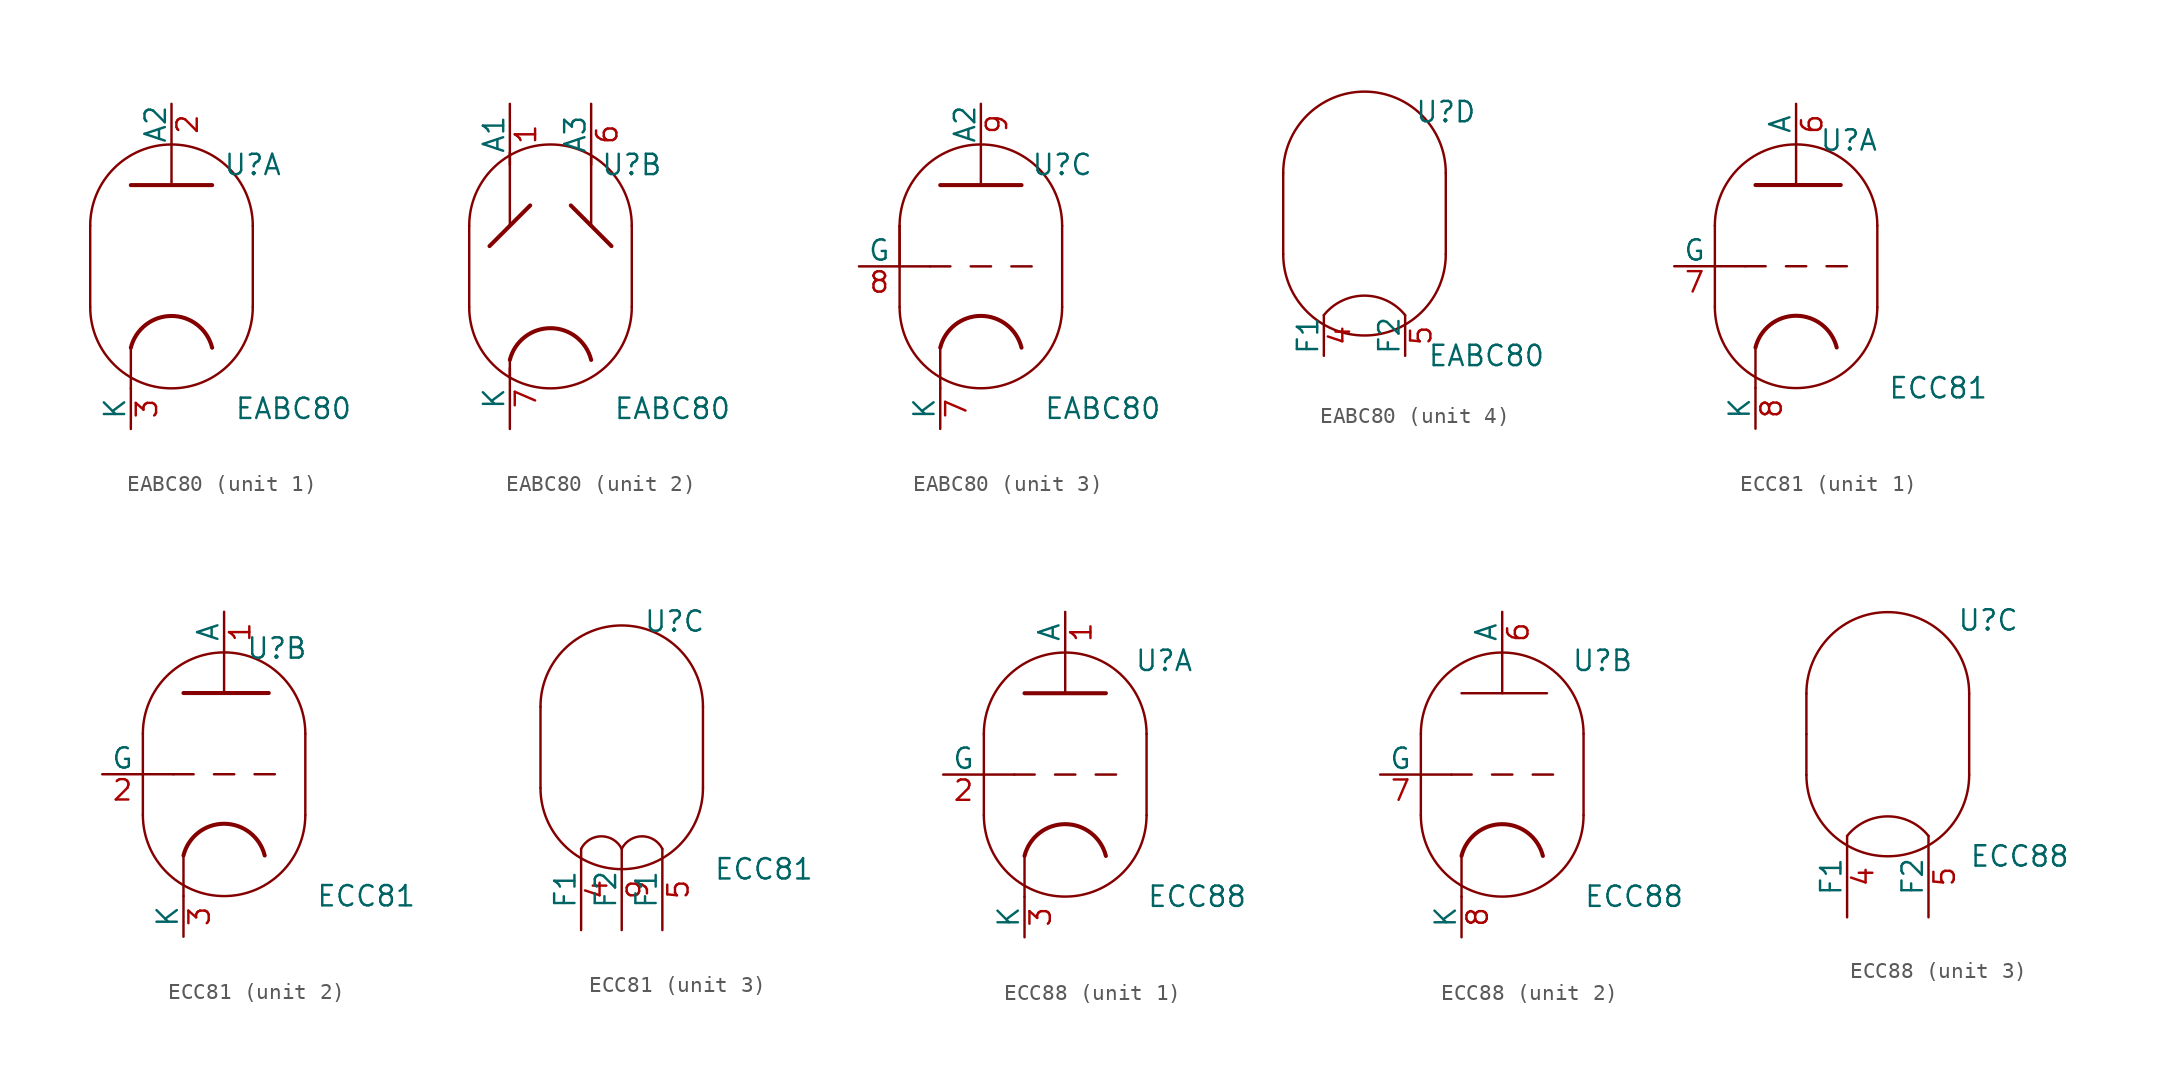
<source format=kicad_sym>
(kicad_symbol_lib
  (version 20211014)
  (generator kicad_symbol_editor)
  (symbol "EABC80"
    (pin_names
      (offset 0))
    (property "Reference" "U"
      (at 5.08 6.35 0)
      (effects (font (size 1.27 1.27))))
    (property "Value" "EABC80"
      (at 7.62 -8.89 0)
      (effects (font (size 1.27 1.27))))
    (property "ki_locked" ""
      (at 0 0 0)
      (effects (font (size 1.27 1.27))))
    (symbol "EABC80_0_1"
      (arc (start -5.08 -2.54) (mid 0 -7.62) (end 5.08 -2.54) (stroke (width 0) (type default) (color 0 0 0 0)) (fill (type none)))
      (polyline (pts (xy 5.08 2.54) (xy 5.08 -2.54)) (stroke (width 0) (type default) (color 0 0 0 0)) (fill (type none)))
      (polyline (pts (xy -5.08 2.54) (xy -5.08 -2.54) (xy -5.08 -2.54)) (stroke (width 0) (type default) (color 0 0 0 0)) (fill (type none)))
      (arc (start 5.08 2.54) (mid 0 7.62) (end -5.08 2.54) (stroke (width 0) (type default) (color 0 0 0 0)) (fill (type none))))
    (symbol "EABC80_1_0"
      (polyline (pts (xy -2.54 -5.08) (xy -2.54 -7.62)) (stroke (width 0) (type default) (color 0 0 0 0)) (fill (type none)))
      (polyline (pts (xy 0 5.08) (xy 0 7.62)) (stroke (width 0) (type default) (color 0 0 0 0)) (fill (type none))))
    (symbol "EABC80_1_1"
      (polyline (pts (xy -2.54 5.08) (xy 2.54 5.08) (xy 2.54 5.08) (xy 2.54 5.08)) (stroke (width 0.254) (type default) (color 0 0 0 0)) (fill (type none)))
      (arc (start 2.54 -5.08) (mid 0 -3.0968) (end -2.54 -5.08) (stroke (width 0.254) (type default) (color 0 0 0 0)) (fill (type none)))
      (pin output line (at 0 10.16 270) (length 2.54) (name "A2" (effects (font (size 1.27 1.27)))) (number "2" (effects (font (size 1.27 1.27)))))
      (pin input line (at -2.54 -10.16 90) (length 2.54) (name "K" (effects (font (size 1.27 1.27)))) (number "3" (effects (font (size 1.27 1.27))))))
    (symbol "EABC80_2_1"
      (polyline (pts (xy -2.54 -6.858) (xy -2.54 -5.842) (xy -2.54 -5.842)) (stroke (width 0) (type default) (color 0 0 0 0)) (fill (type none)))
      (polyline (pts (xy -2.54 7.112) (xy -2.54 2.54) (xy -2.54 2.54)) (stroke (width 0) (type default) (color 0 0 0 0)) (fill (type none)))
      (polyline (pts (xy 1.27 3.81) (xy 3.81 1.27) (xy 3.81 1.27)) (stroke (width 0.254) (type default) (color 0 0 0 0)) (fill (type none)))
      (polyline (pts (xy 2.54 6.858) (xy 2.54 2.54) (xy 2.54 2.54)) (stroke (width 0) (type default) (color 0 0 0 0)) (fill (type none)))
      (polyline (pts (xy -3.81 1.27) (xy -1.27 3.81) (xy -1.27 3.81) (xy -1.27 3.81)) (stroke (width 0.254) (type default) (color 0 0 0 0)) (fill (type none)))
      (arc (start 2.54 -5.842) (mid 0 -3.8588) (end -2.54 -5.842) (stroke (width 0.254) (type default) (color 0 0 0 0)) (fill (type none)))
      (pin input line (at -2.54 10.16 270) (length 3.81) (name "A1" (effects (font (size 1.27 1.27)))) (number "1" (effects (font (size 1.27 1.27)))))
      (pin output line (at 2.54 10.16 270) (length 3.81) (name "A3" (effects (font (size 1.27 1.27)))) (number "6" (effects (font (size 1.27 1.27)))))
      (pin input line (at -2.54 -10.16 90) (length 3.81) (name "K" (effects (font (size 1.27 1.27)))) (number "7" (effects (font (size 1.27 1.27))))))
    (symbol "EABC80_3_0"
      (polyline (pts (xy -5.08 0) (xy -3.175 0)) (stroke (width 0) (type default) (color 0 0 0 0)) (fill (type none)))
      (polyline (pts (xy -5.08 2.54) (xy -5.08 0)) (stroke (width 0) (type default) (color 0 0 0 0)) (fill (type none)))
      (polyline (pts (xy -2.54 -5.08) (xy -2.54 -7.62)) (stroke (width 0) (type default) (color 0 0 0 0)) (fill (type none)))
      (polyline (pts (xy 0 5.08) (xy 0 7.62)) (stroke (width 0) (type default) (color 0 0 0 0)) (fill (type none))))
    (symbol "EABC80_3_1"
      (polyline (pts (xy -1.905 0) (xy -3.175 0)) (stroke (width 0.152) (type default) (color 0 0 0 0)) (fill (type none)))
      (polyline (pts (xy -0.635 0) (xy 0.635 0)) (stroke (width 0.152) (type default) (color 0 0 0 0)) (fill (type none)))
      (polyline (pts (xy 1.905 0) (xy 3.175 0)) (stroke (width 0.152) (type default) (color 0 0 0 0)) (fill (type none)))
      (polyline (pts (xy -2.54 5.08) (xy 2.54 5.08) (xy 2.54 5.08)) (stroke (width 0.254) (type default) (color 0 0 0 0)) (fill (type none)))
      (arc (start 2.54 -5.08) (mid 0 -3.0968) (end -2.54 -5.08) (stroke (width 0.254) (type default) (color 0 0 0 0)) (fill (type none)))
      (pin input line (at -2.54 -10.16 90) (length 2.54) (name "K" (effects (font (size 1.27 1.27)))) (number "7" (effects (font (size 1.27 1.27)))))
      (pin input line (at -7.62 0 0) (length 2.54) (name "G" (effects (font (size 1.27 1.27)))) (number "8" (effects (font (size 1.27 1.27)))))
      (pin output line (at 0 10.16 270) (length 2.54) (name "A2" (effects (font (size 1.27 1.27)))) (number "9" (effects (font (size 1.27 1.27))))))
    (symbol "EABC80_4_1"
      (arc (start 2.54 -6.35) (mid 0 -5.1292) (end -2.54 -6.35) (stroke (width 0) (type default) (color 0 0 0 0)) (fill (type none)))
      (pin input line (at -2.54 -8.89 90) (length 2.54) (name "F1" (effects (font (size 1.27 1.27)))) (number "4" (effects (font (size 1.27 1.27)))))
      (pin input line (at 2.54 -8.89 90) (length 2.54) (name "F2" (effects (font (size 1.27 1.27)))) (number "5" (effects (font (size 1.27 1.27)))))))
  (symbol "ECC81"
    (pin_names
      (offset 0))
    (property "Reference" "U"
      (at 3.302 7.874 0)
      (effects (font (size 1.27 1.27))))
    (property "Value" "ECC81"
      (at 8.89 -7.62 0)
      (effects (font (size 1.27 1.27))))
    (property "ki_locked" ""
      (at 0 0 0)
      (effects (font (size 1.27 1.27))))
    (symbol "ECC81_0_1"
      (arc (start -5.08 -2.54) (mid 0 -7.62) (end 5.08 -2.54) (stroke (width 0) (type default) (color 0 0 0 0)) (fill (type none)))
      (polyline (pts (xy 5.08 2.54) (xy 5.08 -2.54)) (stroke (width 0) (type default) (color 0 0 0 0)) (fill (type none)))
      (polyline (pts (xy -5.08 2.54) (xy -5.08 -2.54) (xy -5.08 -2.54)) (stroke (width 0) (type default) (color 0 0 0 0)) (fill (type none)))
      (arc (start 5.08 2.54) (mid 0 7.62) (end -5.08 2.54) (stroke (width 0) (type default) (color 0 0 0 0)) (fill (type none))))
    (symbol "ECC81_1_0"
      (polyline (pts (xy -2.54 -5.08) (xy -2.54 -7.62)) (stroke (width 0) (type default) (color 0 0 0 0)) (fill (type none)))
      (polyline (pts (xy 0 5.08) (xy 0 7.62)) (stroke (width 0) (type default) (color 0 0 0 0)) (fill (type none))))
    (symbol "ECC81_1_1"
      (polyline (pts (xy -5.08 0) (xy -3.175 0)) (stroke (width 0) (type default) (color 0 0 0 0)) (fill (type none)))
      (polyline (pts (xy -1.905 0) (xy -3.175 0)) (stroke (width 0.152) (type default) (color 0 0 0 0)) (fill (type none)))
      (polyline (pts (xy -0.635 0) (xy 0.635 0)) (stroke (width 0.152) (type default) (color 0 0 0 0)) (fill (type none)))
      (polyline (pts (xy 1.905 0) (xy 3.175 0)) (stroke (width 0.152) (type default) (color 0 0 0 0)) (fill (type none)))
      (polyline (pts (xy -2.54 5.08) (xy 2.794 5.08) (xy 2.794 5.08)) (stroke (width 0.254) (type default) (color 0 0 0 0)) (fill (type none)))
      (arc (start 2.54 -5.08) (mid 0 -3.0968) (end -2.54 -5.08) (stroke (width 0.254) (type default) (color 0 0 0 0)) (fill (type none)))
      (pin output line (at 0 10.16 270) (length 2.54) (name "A" (effects (font (size 1.27 1.27)))) (number "6" (effects (font (size 1.27 1.27)))))
      (pin input line (at -7.62 0 0) (length 2.54) (name "G" (effects (font (size 1.27 1.27)))) (number "7" (effects (font (size 1.27 1.27)))))
      (pin bidirectional line (at -2.54 -10.16 90) (length 2.54) (name "K" (effects (font (size 1.27 1.27)))) (number "8" (effects (font (size 1.27 1.27))))))
    (symbol "ECC81_2_0"
      (polyline (pts (xy -2.54 -5.08) (xy -2.54 -7.62)) (stroke (width 0) (type default) (color 0 0 0 0)) (fill (type none)))
      (polyline (pts (xy 0 5.08) (xy 0 7.62)) (stroke (width 0) (type default) (color 0 0 0 0)) (fill (type none))))
    (symbol "ECC81_2_1"
      (polyline (pts (xy -5.08 0) (xy -3.175 0)) (stroke (width 0) (type default) (color 0 0 0 0)) (fill (type none)))
      (polyline (pts (xy -1.905 0) (xy -3.175 0)) (stroke (width 0.152) (type default) (color 0 0 0 0)) (fill (type none)))
      (polyline (pts (xy -0.635 0) (xy 0.635 0)) (stroke (width 0.152) (type default) (color 0 0 0 0)) (fill (type none)))
      (polyline (pts (xy 1.905 0) (xy 3.175 0)) (stroke (width 0.152) (type default) (color 0 0 0 0)) (fill (type none)))
      (polyline (pts (xy -2.54 5.08) (xy 2.794 5.08) (xy 2.794 5.08)) (stroke (width 0.254) (type default) (color 0 0 0 0)) (fill (type none)))
      (arc (start 2.54 -5.08) (mid 0 -3.0968) (end -2.54 -5.08) (stroke (width 0.254) (type default) (color 0 0 0 0)) (fill (type none)))
      (pin output line (at 0 10.16 270) (length 2.54) (name "A" (effects (font (size 1.27 1.27)))) (number "1" (effects (font (size 1.27 1.27)))))
      (pin input line (at -7.62 0 0) (length 2.54) (name "G" (effects (font (size 1.27 1.27)))) (number "2" (effects (font (size 1.27 1.27)))))
      (pin bidirectional line (at -2.54 -10.16 90) (length 2.54) (name "K" (effects (font (size 1.27 1.27)))) (number "3" (effects (font (size 1.27 1.27))))))
    (symbol "ECC81_3_1"
      (arc (start 0 -6.35) (mid -1.27 -5.5651) (end -2.54 -6.35) (stroke (width 0) (type default) (color 0 0 0 0)) (fill (type none)))
      (arc (start 2.54 -6.35) (mid 1.27 -5.5651) (end 0 -6.35) (stroke (width 0) (type default) (color 0 0 0 0)) (fill (type none)))
      (pin power_in line (at -2.54 -11.43 90) (length 5.08) (name "F1" (effects (font (size 1.27 1.27)))) (number "4" (effects (font (size 1.27 1.27)))))
      (pin power_in line (at 2.54 -11.43 90) (length 5.08) (name "F1" (effects (font (size 1.27 1.27)))) (number "5" (effects (font (size 1.27 1.27)))))
      (pin power_in line (at 0 -11.43 90) (length 5.08) (name "F2" (effects (font (size 1.27 1.27)))) (number "9" (effects (font (size 1.27 1.27)))))))
  (symbol "ECC88"
    (pin_names
      (offset 0))
    (property "Reference" "U"
      (at 4.318 7.112 0)
      (effects (font (size 1.27 1.27)) (justify left)))
    (property "Value" "ECC88"
      (at 5.08 -7.62 0)
      (effects (font (size 1.27 1.27)) (justify left)))
    (property "ki_locked" ""
      (at 0 0 0)
      (effects (font (size 1.27 1.27))))
    (symbol "ECC88_0_1"
      (arc (start -5.08 -2.54) (mid 0 -7.62) (end 5.08 -2.54) (stroke (width 0) (type default) (color 0 0 0 0)) (fill (type none)))
      (polyline (pts (xy -5.08 0) (xy -5.08 -2.54)) (stroke (width 0) (type default) (color 0 0 0 0)) (fill (type none)))
      (polyline (pts (xy -5.08 2.54) (xy -5.08 0)) (stroke (width 0) (type default) (color 0 0 0 0)) (fill (type none)))
      (polyline (pts (xy 5.08 2.54) (xy 5.08 -2.54)) (stroke (width 0) (type default) (color 0 0 0 0)) (fill (type none)))
      (arc (start 5.08 2.54) (mid 0 7.62) (end -5.08 2.54) (stroke (width 0) (type default) (color 0 0 0 0)) (fill (type none))))
    (symbol "ECC88_1_0"
      (polyline (pts (xy -2.54 -5.08) (xy -2.54 -7.62)) (stroke (width 0) (type default) (color 0 0 0 0)) (fill (type none)))
      (polyline (pts (xy 0 5.08) (xy 0 7.62)) (stroke (width 0) (type default) (color 0 0 0 0)) (fill (type none))))
    (symbol "ECC88_1_1"
      (polyline (pts (xy -5.08 0) (xy -3.175 0)) (stroke (width 0) (type default) (color 0 0 0 0)) (fill (type none)))
      (polyline (pts (xy -1.905 0) (xy -3.175 0)) (stroke (width 0.152) (type default) (color 0 0 0 0)) (fill (type none)))
      (polyline (pts (xy -0.635 0) (xy 0.635 0)) (stroke (width 0.152) (type default) (color 0 0 0 0)) (fill (type none)))
      (polyline (pts (xy 1.905 0) (xy 3.175 0)) (stroke (width 0.152) (type default) (color 0 0 0 0)) (fill (type none)))
      (polyline (pts (xy -2.54 5.08) (xy 2.54 5.08) (xy 2.54 5.08)) (stroke (width 0.254) (type default) (color 0 0 0 0)) (fill (type none)))
      (arc (start 2.54 -5.08) (mid 0 -3.0968) (end -2.54 -5.08) (stroke (width 0.254) (type default) (color 0 0 0 0)) (fill (type none)))
      (pin output line (at 0 10.16 270) (length 2.54) (name "A" (effects (font (size 1.27 1.27)))) (number "1" (effects (font (size 1.27 1.27)))))
      (pin input line (at -7.62 0 0) (length 2.54) (name "G" (effects (font (size 1.27 1.27)))) (number "2" (effects (font (size 1.27 1.27)))))
      (pin bidirectional line (at -2.54 -10.16 90) (length 2.54) (name "K" (effects (font (size 1.27 1.27)))) (number "3" (effects (font (size 1.27 1.27))))))
    (symbol "ECC88_2_0"
      (polyline (pts (xy -5.08 0) (xy -3.175 0)) (stroke (width 0) (type default) (color 0 0 0 0)) (fill (type none)))
      (polyline (pts (xy -2.54 -5.08) (xy -2.54 -7.62)) (stroke (width 0) (type default) (color 0 0 0 0)) (fill (type none)))
      (polyline (pts (xy -1.905 0) (xy -3.175 0)) (stroke (width 0.152) (type default) (color 0 0 0 0)) (fill (type none)))
      (polyline (pts (xy -0.635 0) (xy 0.635 0)) (stroke (width 0.152) (type default) (color 0 0 0 0)) (fill (type none)))
      (polyline (pts (xy 0 5.08) (xy 0 7.62)) (stroke (width 0) (type default) (color 0 0 0 0)) (fill (type none)))
      (polyline (pts (xy 1.905 0) (xy 3.175 0)) (stroke (width 0.152) (type default) (color 0 0 0 0)) (fill (type none)))
      (polyline (pts (xy 2.794 5.08) (xy -2.54 5.08) (xy -2.54 5.08)) (stroke (width 0.152) (type default) (color 0 0 0 0)) (fill (type none))))
    (symbol "ECC88_2_1"
      (arc (start 2.54 -5.08) (mid 0 -3.0968) (end -2.54 -5.08) (stroke (width 0.254) (type default) (color 0 0 0 0)) (fill (type none)))
      (pin output line (at 0 10.16 270) (length 2.54) (name "A" (effects (font (size 1.27 1.27)))) (number "6" (effects (font (size 1.27 1.27)))))
      (pin input line (at -7.62 0 0) (length 2.54) (name "G" (effects (font (size 1.27 1.27)))) (number "7" (effects (font (size 1.27 1.27)))))
      (pin bidirectional line (at -2.54 -10.16 90) (length 2.54) (name "K" (effects (font (size 1.27 1.27)))) (number "8" (effects (font (size 1.27 1.27))))))
    (symbol "ECC88_3_1"
      (arc (start 2.54 -6.35) (mid 0 -5.1292) (end -2.54 -6.35) (stroke (width 0) (type default) (color 0 0 0 0)) (fill (type none)))
      (pin power_in line (at -2.54 -11.43 90) (length 5.08) (name "F1" (effects (font (size 1.27 1.27)))) (number "4" (effects (font (size 1.27 1.27)))))
      (pin power_in line (at 2.54 -11.43 90) (length 5.08) (name "F2" (effects (font (size 1.27 1.27)))) (number "5" (effects (font (size 1.27 1.27))))))))
</source>
